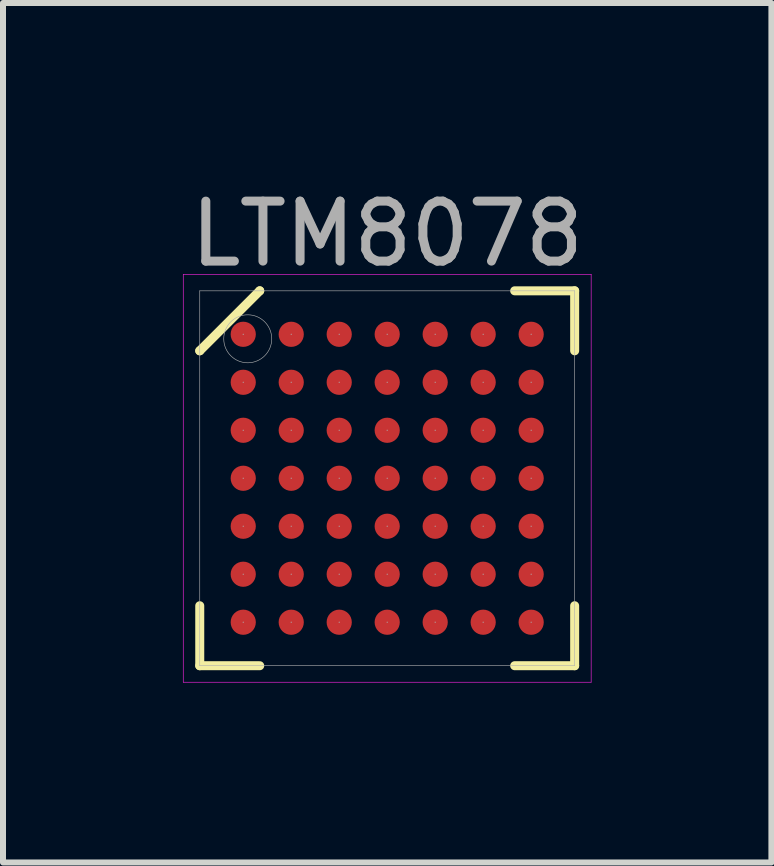
<source format=kicad_pcb>
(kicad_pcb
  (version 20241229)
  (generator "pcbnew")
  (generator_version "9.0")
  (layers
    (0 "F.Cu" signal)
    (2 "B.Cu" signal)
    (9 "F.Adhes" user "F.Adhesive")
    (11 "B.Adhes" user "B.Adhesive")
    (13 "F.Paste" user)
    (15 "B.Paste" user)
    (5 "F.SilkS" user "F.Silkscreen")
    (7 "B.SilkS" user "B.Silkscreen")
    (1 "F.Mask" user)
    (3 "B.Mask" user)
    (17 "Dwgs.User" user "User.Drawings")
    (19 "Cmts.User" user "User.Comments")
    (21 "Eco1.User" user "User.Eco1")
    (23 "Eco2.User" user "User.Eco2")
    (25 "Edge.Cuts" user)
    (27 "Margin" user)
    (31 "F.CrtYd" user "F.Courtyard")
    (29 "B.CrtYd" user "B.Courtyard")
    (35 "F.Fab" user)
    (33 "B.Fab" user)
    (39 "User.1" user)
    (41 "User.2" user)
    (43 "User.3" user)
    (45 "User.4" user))
  (footprint "LTM8078"
    (layer "F.Cu")
    (at 3.405 4.923)
    (property "Reference" "LTM8078" (at 0 -4.075 0) (layer "F.Fab") (effects (font (size 1 1) (thickness 0.15))))
    (attr through_hole)
    (fp_line (start -3.125 -2.125) (end -3.125 -2.125) (stroke (width 0.15) (type solid)) (layer "F.SilkS"))
    (fp_line (start -3.125 -2.125) (end -2.125 -3.125) (stroke (width 0.15) (type solid)) (layer "F.SilkS"))
    (fp_line (start -3.125 3.125) (end -3.125 2.125) (stroke (width 0.15) (type solid)) (layer "F.SilkS"))
    (fp_line (start -2.125 -3.125) (end -2.125 -3.125) (stroke (width 0.15) (type solid)) (layer "F.SilkS"))
    (fp_line (start -2.125 3.125) (end -3.125 3.125) (stroke (width 0.15) (type solid)) (layer "F.SilkS"))
    (fp_line (start 2.125 -3.125) (end 3.125 -3.125) (stroke (width 0.15) (type solid)) (layer "F.SilkS"))
    (fp_line (start 2.125 3.125) (end 3.125 3.125) (stroke (width 0.15) (type solid)) (layer "F.SilkS"))
    (fp_line (start 3.125 -3.125) (end 3.125 -2.125) (stroke (width 0.15) (type solid)) (layer "F.SilkS"))
    (fp_line (start 3.125 3.125) (end 3.125 2.125) (stroke (width 0.15) (type solid)) (layer "F.SilkS"))
    (fp_line (start -3.4 -3.4) (end 3.4 -3.4) (stroke (width 0.01) (type solid)) (layer "F.CrtYd"))
    (fp_line (start -3.4 3.4) (end -3.4 -3.4) (stroke (width 0.01) (type solid)) (layer "F.CrtYd"))
    (fp_line (start 3.4 -3.4) (end 3.4 3.4) (stroke (width 0.01) (type solid)) (layer "F.CrtYd"))
    (fp_line (start 3.4 3.4) (end -3.4 3.4) (stroke (width 0.01) (type solid)) (layer "F.CrtYd"))
    (fp_line (start -3.125 -3.125) (end 3.125 -3.125) (stroke (width 0.01) (type solid)) (layer "F.Fab"))
    (fp_line (start -3.125 3.125) (end -3.125 -3.125) (stroke (width 0.01) (type solid)) (layer "F.Fab"))
    (fp_line (start 3.125 -3.125) (end 3.125 3.125) (stroke (width 0.01) (type solid)) (layer "F.Fab"))
    (fp_line (start 3.125 3.125) (end -3.125 3.125) (stroke (width 0.01) (type solid)) (layer "F.Fab"))
    (fp_circle (center -2.4 -2.4) (end -2.4 -2.4) (stroke (width 0.01) (type solid)) (fill no) (layer "F.Fab"))
    (fp_circle (center -2.4 -1.6) (end -2.4 -1.6) (stroke (width 0.01) (type solid)) (fill no) (layer "F.Fab"))
    (fp_circle (center -2.4 -0.8) (end -2.4 -0.8) (stroke (width 0.01) (type solid)) (fill no) (layer "F.Fab"))
    (fp_circle (center -2.4 0) (end -2.4 0) (stroke (width 0.01) (type solid)) (fill no) (layer "F.Fab"))
    (fp_circle (center -2.4 0.8) (end -2.4 0.8) (stroke (width 0.01) (type solid)) (fill no) (layer "F.Fab"))
    (fp_circle (center -2.4 1.6) (end -2.4 1.6) (stroke (width 0.01) (type solid)) (fill no) (layer "F.Fab"))
    (fp_circle (center -2.4 2.4) (end -2.4 2.4) (stroke (width 0.01) (type solid)) (fill no) (layer "F.Fab"))
    (fp_circle (center -2.325 -2.325) (end -2.325 -1.925) (stroke (width 0.01) (type solid)) (fill no) (layer "F.Fab"))
    (fp_circle (center -1.6 -2.4) (end -1.6 -2.4) (stroke (width 0.01) (type solid)) (fill no) (layer "F.Fab"))
    (fp_circle (center -1.6 -1.6) (end -1.6 -1.6) (stroke (width 0.01) (type solid)) (fill no) (layer "F.Fab"))
    (fp_circle (center -1.6 -0.8) (end -1.6 -0.8) (stroke (width 0.01) (type solid)) (fill no) (layer "F.Fab"))
    (fp_circle (center -1.6 0) (end -1.6 0) (stroke (width 0.01) (type solid)) (fill no) (layer "F.Fab"))
    (fp_circle (center -1.6 0.8) (end -1.6 0.8) (stroke (width 0.01) (type solid)) (fill no) (layer "F.Fab"))
    (fp_circle (center -1.6 1.6) (end -1.6 1.6) (stroke (width 0.01) (type solid)) (fill no) (layer "F.Fab"))
    (fp_circle (center -1.6 2.4) (end -1.6 2.4) (stroke (width 0.01) (type solid)) (fill no) (layer "F.Fab"))
    (fp_circle (center -0.8 -2.4) (end -0.8 -2.4) (stroke (width 0.01) (type solid)) (fill no) (layer "F.Fab"))
    (fp_circle (center -0.8 -1.6) (end -0.8 -1.6) (stroke (width 0.01) (type solid)) (fill no) (layer "F.Fab"))
    (fp_circle (center -0.8 -0.8) (end -0.8 -0.8) (stroke (width 0.01) (type solid)) (fill no) (layer "F.Fab"))
    (fp_circle (center -0.8 0) (end -0.8 0) (stroke (width 0.01) (type solid)) (fill no) (layer "F.Fab"))
    (fp_circle (center -0.8 0.8) (end -0.8 0.8) (stroke (width 0.01) (type solid)) (fill no) (layer "F.Fab"))
    (fp_circle (center -0.8 1.6) (end -0.8 1.6) (stroke (width 0.01) (type solid)) (fill no) (layer "F.Fab"))
    (fp_circle (center -0.8 2.4) (end -0.8 2.4) (stroke (width 0.01) (type solid)) (fill no) (layer "F.Fab"))
    (fp_circle (center 0 -2.4) (end 0 -2.4) (stroke (width 0.01) (type solid)) (fill no) (layer "F.Fab"))
    (fp_circle (center 0 -1.6) (end 0 -1.6) (stroke (width 0.01) (type solid)) (fill no) (layer "F.Fab"))
    (fp_circle (center 0 -0.8) (end 0 -0.8) (stroke (width 0.01) (type solid)) (fill no) (layer "F.Fab"))
    (fp_circle (center 0 0) (end 0 0) (stroke (width 0.01) (type solid)) (fill no) (layer "F.Fab"))
    (fp_circle (center 0 0.8) (end 0 0.8) (stroke (width 0.01) (type solid)) (fill no) (layer "F.Fab"))
    (fp_circle (center 0 1.6) (end 0 1.6) (stroke (width 0.01) (type solid)) (fill no) (layer "F.Fab"))
    (fp_circle (center 0 2.4) (end 0 2.4) (stroke (width 0.01) (type solid)) (fill no) (layer "F.Fab"))
    (fp_circle (center 0.8 -2.4) (end 0.8 -2.4) (stroke (width 0.01) (type solid)) (fill no) (layer "F.Fab"))
    (fp_circle (center 0.8 -1.6) (end 0.8 -1.6) (stroke (width 0.01) (type solid)) (fill no) (layer "F.Fab"))
    (fp_circle (center 0.8 -0.8) (end 0.8 -0.8) (stroke (width 0.01) (type solid)) (fill no) (layer "F.Fab"))
    (fp_circle (center 0.8 0) (end 0.8 0) (stroke (width 0.01) (type solid)) (fill no) (layer "F.Fab"))
    (fp_circle (center 0.8 0.8) (end 0.8 0.8) (stroke (width 0.01) (type solid)) (fill no) (layer "F.Fab"))
    (fp_circle (center 0.8 1.6) (end 0.8 1.6) (stroke (width 0.01) (type solid)) (fill no) (layer "F.Fab"))
    (fp_circle (center 0.8 2.4) (end 0.8 2.4) (stroke (width 0.01) (type solid)) (fill no) (layer "F.Fab"))
    (fp_circle (center 1.6 -2.4) (end 1.6 -2.4) (stroke (width 0.01) (type solid)) (fill no) (layer "F.Fab"))
    (fp_circle (center 1.6 -1.6) (end 1.6 -1.6) (stroke (width 0.01) (type solid)) (fill no) (layer "F.Fab"))
    (fp_circle (center 1.6 -0.8) (end 1.6 -0.8) (stroke (width 0.01) (type solid)) (fill no) (layer "F.Fab"))
    (fp_circle (center 1.6 0) (end 1.6 0) (stroke (width 0.01) (type solid)) (fill no) (layer "F.Fab"))
    (fp_circle (center 1.6 0.8) (end 1.6 0.8) (stroke (width 0.01) (type solid)) (fill no) (layer "F.Fab"))
    (fp_circle (center 1.6 1.6) (end 1.6 1.6) (stroke (width 0.01) (type solid)) (fill no) (layer "F.Fab"))
    (fp_circle (center 1.6 2.4) (end 1.6 2.4) (stroke (width 0.01) (type solid)) (fill no) (layer "F.Fab"))
    (fp_circle (center 2.4 -2.4) (end 2.4 -2.4) (stroke (width 0.01) (type solid)) (fill no) (layer "F.Fab"))
    (fp_circle (center 2.4 -1.6) (end 2.4 -1.6) (stroke (width 0.01) (type solid)) (fill no) (layer "F.Fab"))
    (fp_circle (center 2.4 -0.8) (end 2.4 -0.8) (stroke (width 0.01) (type solid)) (fill no) (layer "F.Fab"))
    (fp_circle (center 2.4 0) (end 2.4 0) (stroke (width 0.01) (type solid)) (fill no) (layer "F.Fab"))
    (fp_circle (center 2.4 0.8) (end 2.4 0.8) (stroke (width 0.01) (type solid)) (fill no) (layer "F.Fab"))
    (fp_circle (center 2.4 1.6) (end 2.4 1.6) (stroke (width 0.01) (type solid)) (fill no) (layer "F.Fab"))
    (fp_circle (center 2.4 2.4) (end 2.4 2.4) (stroke (width 0.01) (type solid)) (fill no) (layer "F.Fab"))
    (pad "A1" smd circle (at -2.4 -2.4) (size 0.42 0.42) (layers "F.Cu" "F.Mask" "F.Paste"))
    (pad "A2" smd circle (at -1.6 -2.4) (size 0.42 0.42) (layers "F.Cu" "F.Mask" "F.Paste"))
    (pad "A3" smd circle (at -0.8 -2.4) (size 0.42 0.42) (layers "F.Cu" "F.Mask" "F.Paste"))
    (pad "A4" smd circle (at 0 -2.4) (size 0.42 0.42) (layers "F.Cu" "F.Mask" "F.Paste"))
    (pad "A5" smd circle (at 0.8 -2.4) (size 0.42 0.42) (layers "F.Cu" "F.Mask" "F.Paste"))
    (pad "A6" smd circle (at 1.6 -2.4) (size 0.42 0.42) (layers "F.Cu" "F.Mask" "F.Paste"))
    (pad "A7" smd circle (at 2.4 -2.4) (size 0.42 0.42) (layers "F.Cu" "F.Mask" "F.Paste"))
    (pad "B1" smd circle (at -2.4 -1.6) (size 0.42 0.42) (layers "F.Cu" "F.Mask" "F.Paste"))
    (pad "B2" smd circle (at -1.6 -1.6) (size 0.42 0.42) (layers "F.Cu" "F.Mask" "F.Paste"))
    (pad "B3" smd circle (at -0.8 -1.6) (size 0.42 0.42) (layers "F.Cu" "F.Mask" "F.Paste"))
    (pad "B4" smd circle (at 0 -1.6) (size 0.42 0.42) (layers "F.Cu" "F.Mask" "F.Paste"))
    (pad "B5" smd circle (at 0.8 -1.6) (size 0.42 0.42) (layers "F.Cu" "F.Mask" "F.Paste"))
    (pad "B6" smd circle (at 1.6 -1.6) (size 0.42 0.42) (layers "F.Cu" "F.Mask" "F.Paste"))
    (pad "B7" smd circle (at 2.4 -1.6) (size 0.42 0.42) (layers "F.Cu" "F.Mask" "F.Paste"))
    (pad "C1" smd circle (at -2.4 -0.8) (size 0.42 0.42) (layers "F.Cu" "F.Mask" "F.Paste"))
    (pad "C2" smd circle (at -1.6 -0.8) (size 0.42 0.42) (layers "F.Cu" "F.Mask" "F.Paste"))
    (pad "C3" smd circle (at -0.8 -0.8) (size 0.42 0.42) (layers "F.Cu" "F.Mask" "F.Paste"))
    (pad "C4" smd circle (at 0 -0.8) (size 0.42 0.42) (layers "F.Cu" "F.Mask" "F.Paste"))
    (pad "C5" smd circle (at 0.8 -0.8) (size 0.42 0.42) (layers "F.Cu" "F.Mask" "F.Paste"))
    (pad "C6" smd circle (at 1.6 -0.8) (size 0.42 0.42) (layers "F.Cu" "F.Mask" "F.Paste"))
    (pad "C7" smd circle (at 2.4 -0.8) (size 0.42 0.42) (layers "F.Cu" "F.Mask" "F.Paste"))
    (pad "D1" smd circle (at -2.4 0) (size 0.42 0.42) (layers "F.Cu" "F.Mask" "F.Paste"))
    (pad "D2" smd circle (at -1.6 0) (size 0.42 0.42) (layers "F.Cu" "F.Mask" "F.Paste"))
    (pad "D3" smd circle (at -0.8 0) (size 0.42 0.42) (layers "F.Cu" "F.Mask" "F.Paste"))
    (pad "D4" smd circle (at 0 0) (size 0.42 0.42) (layers "F.Cu" "F.Mask" "F.Paste"))
    (pad "D5" smd circle (at 0.8 0) (size 0.42 0.42) (layers "F.Cu" "F.Mask" "F.Paste"))
    (pad "D6" smd circle (at 1.6 0) (size 0.42 0.42) (layers "F.Cu" "F.Mask" "F.Paste"))
    (pad "D7" smd circle (at 2.4 0) (size 0.42 0.42) (layers "F.Cu" "F.Mask" "F.Paste"))
    (pad "E1" smd circle (at -2.4 0.8) (size 0.42 0.42) (layers "F.Cu" "F.Mask" "F.Paste"))
    (pad "E2" smd circle (at -1.6 0.8) (size 0.42 0.42) (layers "F.Cu" "F.Mask" "F.Paste"))
    (pad "E3" smd circle (at -0.8 0.8) (size 0.42 0.42) (layers "F.Cu" "F.Mask" "F.Paste"))
    (pad "E4" smd circle (at 0 0.8) (size 0.42 0.42) (layers "F.Cu" "F.Mask" "F.Paste"))
    (pad "E5" smd circle (at 0.8 0.8) (size 0.42 0.42) (layers "F.Cu" "F.Mask" "F.Paste"))
    (pad "E6" smd circle (at 1.6 0.8) (size 0.42 0.42) (layers "F.Cu" "F.Mask" "F.Paste"))
    (pad "E7" smd circle (at 2.4 0.8) (size 0.42 0.42) (layers "F.Cu" "F.Mask" "F.Paste"))
    (pad "F1" smd circle (at -2.4 1.6) (size 0.42 0.42) (layers "F.Cu" "F.Mask" "F.Paste"))
    (pad "F2" smd circle (at -1.6 1.6) (size 0.42 0.42) (layers "F.Cu" "F.Mask" "F.Paste"))
    (pad "F3" smd circle (at -0.8 1.6) (size 0.42 0.42) (layers "F.Cu" "F.Mask" "F.Paste"))
    (pad "F4" smd circle (at 0 1.6) (size 0.42 0.42) (layers "F.Cu" "F.Mask" "F.Paste"))
    (pad "F5" smd circle (at 0.8 1.6) (size 0.42 0.42) (layers "F.Cu" "F.Mask" "F.Paste"))
    (pad "F6" smd circle (at 1.6 1.6) (size 0.42 0.42) (layers "F.Cu" "F.Mask" "F.Paste"))
    (pad "F7" smd circle (at 2.4 1.6) (size 0.42 0.42) (layers "F.Cu" "F.Mask" "F.Paste"))
    (pad "G1" smd circle (at -2.4 2.4) (size 0.42 0.42) (layers "F.Cu" "F.Mask" "F.Paste"))
    (pad "G2" smd circle (at -1.6 2.4) (size 0.42 0.42) (layers "F.Cu" "F.Mask" "F.Paste"))
    (pad "G3" smd circle (at -0.8 2.4) (size 0.42 0.42) (layers "F.Cu" "F.Mask" "F.Paste"))
    (pad "G4" smd circle (at 0 2.4) (size 0.42 0.42) (layers "F.Cu" "F.Mask" "F.Paste"))
    (pad "G5" smd circle (at 0.8 2.4) (size 0.42 0.42) (layers "F.Cu" "F.Mask" "F.Paste"))
    (pad "G6" smd circle (at 1.6 2.4) (size 0.42 0.42) (layers "F.Cu" "F.Mask" "F.Paste"))
    (pad "G7" smd circle (at 2.4 2.4) (size 0.42 0.42) (layers "F.Cu" "F.Mask" "F.Paste")))
  (gr_rect
    (start -3 -3)
    (end 9.81 11.328)
    (stroke (width 0.1) (type default))
    (fill no)
    (layer "Edge.Cuts")))
</source>
